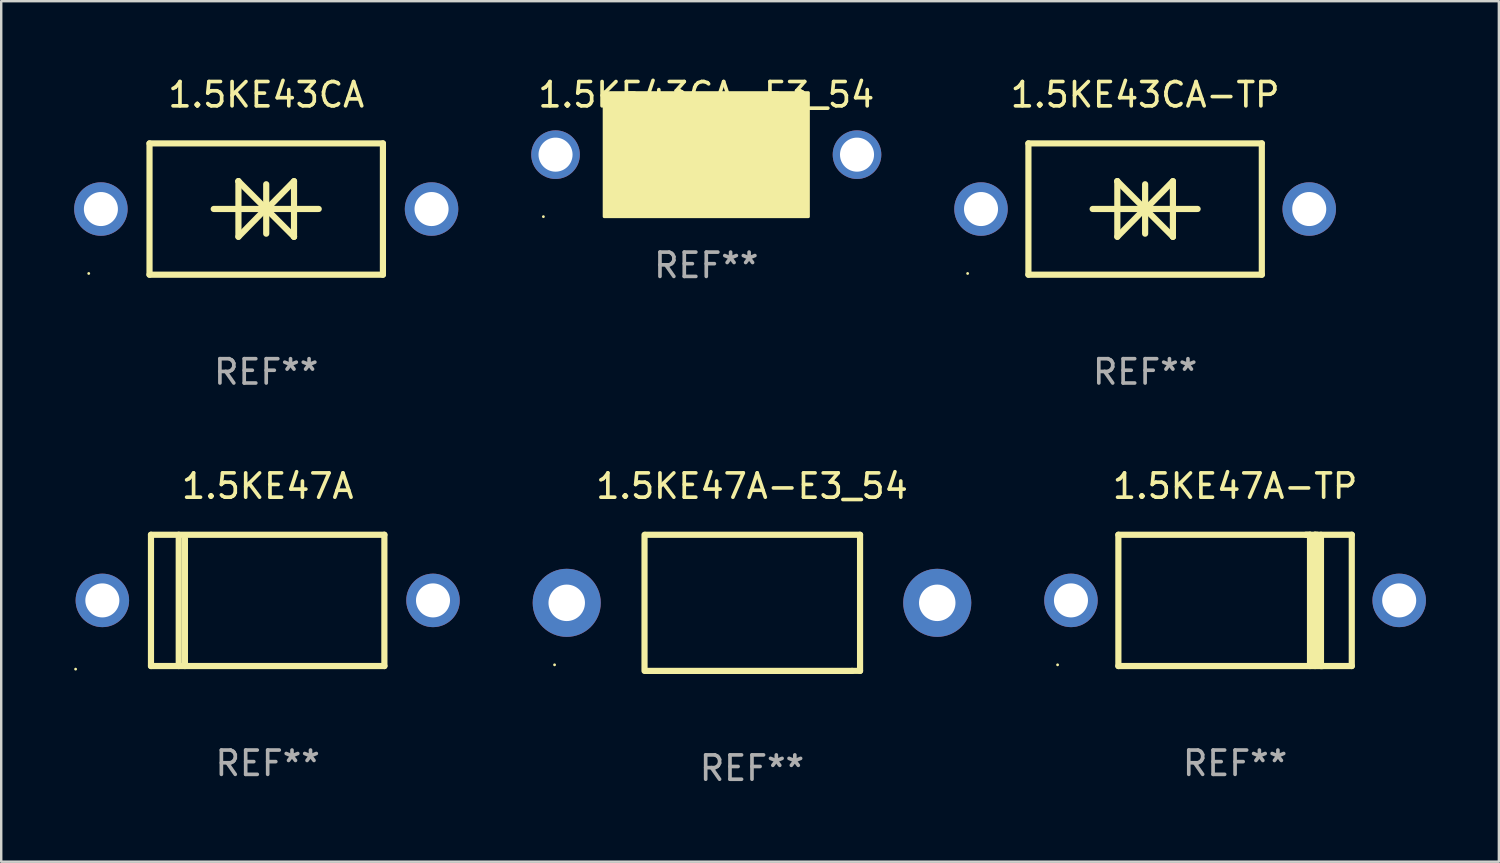
<source format=kicad_pcb>
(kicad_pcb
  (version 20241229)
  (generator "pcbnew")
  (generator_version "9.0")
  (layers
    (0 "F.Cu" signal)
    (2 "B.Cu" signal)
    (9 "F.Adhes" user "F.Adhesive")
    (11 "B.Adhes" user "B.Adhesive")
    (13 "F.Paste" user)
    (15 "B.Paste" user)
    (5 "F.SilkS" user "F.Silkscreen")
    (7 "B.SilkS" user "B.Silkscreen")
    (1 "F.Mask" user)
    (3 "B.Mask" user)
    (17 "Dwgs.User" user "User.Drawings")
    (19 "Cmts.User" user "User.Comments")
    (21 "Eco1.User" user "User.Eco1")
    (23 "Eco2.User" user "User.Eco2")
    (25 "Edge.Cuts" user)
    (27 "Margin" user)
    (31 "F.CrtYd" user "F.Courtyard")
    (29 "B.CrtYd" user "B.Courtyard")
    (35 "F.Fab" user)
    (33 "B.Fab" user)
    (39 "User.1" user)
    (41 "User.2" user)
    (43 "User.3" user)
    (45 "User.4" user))
  (footprint "1.5KE47A-TP"
    (layer "F.Cu")
    (at 47.75 21.645)
    (property "Reference" "1.5KE47A-TP" (at 0 -4.7 0) (layer "F.SilkS") (effects (font (size 1 1) (thickness 0.15))))
    (attr through_hole)
    (fp_line (start -4.8 -2.7) (end -4.8 2.7) (stroke (width 0.254) (type solid)) (layer "F.SilkS"))
    (fp_line (start -4.8 -2.7) (end 4.8 -2.7) (stroke (width 0.254) (type solid)) (layer "F.SilkS"))
    (fp_line (start 2.912 -2.7) (end 3.082 -2.7) (stroke (width 0.254) (type solid)) (layer "F.SilkS"))
    (fp_line (start 3.082 -2.7) (end 3.082 2.7) (stroke (width 0.254) (type solid)) (layer "F.SilkS"))
    (fp_line (start 3.289 -2.7) (end 3.289 2.7) (stroke (width 0.254) (type solid)) (layer "F.SilkS"))
    (fp_line (start 3.381 -2.7) (end 3.289 -2.7) (stroke (width 0.254) (type solid)) (layer "F.SilkS"))
    (fp_line (start 3.533 2.7) (end 3.533 -2.7) (stroke (width 0.254) (type solid)) (layer "F.SilkS"))
    (fp_line (start 3.599 2.7) (end 3.533 2.7) (stroke (width 0.254) (type solid)) (layer "F.SilkS"))
    (fp_line (start 4.8 -2.7) (end 4.8 2.7) (stroke (width 0.254) (type solid)) (layer "F.SilkS"))
    (fp_line (start 4.8 2.7) (end -4.8 2.7) (stroke (width 0.254) (type solid)) (layer "F.SilkS"))
    (fp_circle (center -7.3 2.65) (end -7.27 2.65) (stroke (width 0.06) (type solid)) (fill no) (layer "F.SilkS"))
    (fp_text user "REF**" (at 0 6.7 0) (layer "F.Fab") (effects (font (size 1 1) (thickness 0.15))))
    (pad "1" thru_hole circle (at -6.75 0) (size 2.2 2.2) (drill 1.4) (layers "*.Cu" "*.Mask"))
    (pad "2" thru_hole circle (at 6.75 0) (size 2.2 2.2) (drill 1.4) (layers "*.Cu" "*.Mask")))
  (footprint "1.5KE47A"
    (layer "F.Cu")
    (at 7.96 21.645)
    (property "Reference" "1.5KE47A" (at 0 -4.7 0) (layer "F.SilkS") (effects (font (size 1 1) (thickness 0.15))))
    (attr through_hole)
    (fp_line (start -4.8 -2.7) (end 4.8 -2.7) (stroke (width 0.254) (type solid)) (layer "F.SilkS"))
    (fp_line (start -4.8 2.7) (end -4.8 -2.7) (stroke (width 0.254) (type solid)) (layer "F.SilkS"))
    (fp_line (start -3.658 2.7) (end -3.658 -2.7) (stroke (width 0.254) (type solid)) (layer "F.SilkS"))
    (fp_line (start -3.404 2.7) (end -3.404 -2.54) (stroke (width 0.254) (type solid)) (layer "F.SilkS"))
    (fp_line (start 4.8 2.7) (end -4.8 2.7) (stroke (width 0.254) (type solid)) (layer "F.SilkS"))
    (fp_line (start 4.8 2.7) (end 4.8 -2.7) (stroke (width 0.254) (type solid)) (layer "F.SilkS"))
    (fp_circle (center -7.9 2.827) (end -7.87 2.827) (stroke (width 0.06) (type solid)) (fill no) (layer "F.SilkS"))
    (fp_text user "REF**" (at 0 6.7 0) (layer "F.Fab") (effects (font (size 1 1) (thickness 0.15))))
    (pad "1" thru_hole circle (at -6.8 0) (size 2.2 2.2) (drill 1.4) (layers "*.Cu" "*.Mask"))
    (pad "2" thru_hole circle (at 6.8 0) (size 2.2 2.2) (drill 1.4) (layers "*.Cu" "*.Mask")))
  (footprint "1.5KE43CA-E3_54"
    (layer "F.Cu")
    (at 26 3.356)
    (property "Reference" "1.5KE43CA-E3_54" (at 0 -2.508 0) (layer "F.SilkS") (effects (font (size 1 1) (thickness 0.15))))
    (attr through_hole)
    (fp_line (start -1.498 0) (end 0.534 0) (stroke (width 0.254) (type solid)) (layer "F.SilkS"))
    (fp_line (start -0.99 -0.508) (end -0.99 0.508) (stroke (width 0.254) (type solid)) (layer "F.SilkS"))
    (fp_line (start -0.99 0.508) (end 0.026 0) (stroke (width 0.254) (type solid)) (layer "F.SilkS"))
    (fp_line (start 0.026 -0.508) (end 0.026 0.508) (stroke (width 0.254) (type solid)) (layer "F.SilkS"))
    (fp_line (start 0.026 0) (end -0.99 -0.508) (stroke (width 0.254) (type solid)) (layer "F.SilkS"))
    (fp_line (start 0.026 0) (end 0.026 -0.508) (stroke (width 0.254) (type solid)) (layer "F.SilkS"))
    (fp_line (start 0.038 0) (end 0.038 0.508) (stroke (width 0.254) (type solid)) (layer "F.SilkS"))
    (fp_line (start 0.038 0) (end 1.054 0.508) (stroke (width 0.254) (type solid)) (layer "F.SilkS"))
    (fp_line (start 0.038 0.508) (end 0.038 -0.508) (stroke (width 0.254) (type solid)) (layer "F.SilkS"))
    (fp_line (start 1.054 -0.508) (end 0.038 0) (stroke (width 0.254) (type solid)) (layer "F.SilkS"))
    (fp_line (start 1.054 0.508) (end 1.054 -0.508) (stroke (width 0.254) (type solid)) (layer "F.SilkS"))
    (fp_line (start 1.562 0) (end -0.47 0) (stroke (width 0.254) (type solid)) (layer "F.SilkS"))
    (fp_circle (center -6.7 2.505) (end -6.67 2.505) (stroke (width 0.06) (type solid)) (fill no) (layer "F.SilkS"))
    (fp_poly (pts (xy -4.2 -2.595) (xy 4.2 -2.595) (xy 4.2 2.505) (xy -4.2 2.505)) (stroke (width 0.12) (type solid)) (fill yes) (layer "F.SilkS"))
    (fp_text user "REF**" (at 0 4.508 0) (layer "F.Fab") (effects (font (size 1 1) (thickness 0.15))))
    (pad "1" thru_hole circle (at -6.2 -0.045) (size 2 2) (drill 1.4) (layers "*.Cu" "*.Mask"))
    (pad "2" thru_hole circle (at 6.2 -0.045) (size 2 2) (drill 1.4) (layers "*.Cu" "*.Mask")))
  (footprint "1.5KE43CA-TP"
    (layer "F.Cu")
    (at 44.05 5.548)
    (property "Reference" "1.5KE43CA-TP" (at 0 -4.7 0) (layer "F.SilkS") (effects (font (size 1 1) (thickness 0.15))))
    (attr through_hole)
    (fp_line (start -4.8 -2.7) (end -4.8 2.7) (stroke (width 0.254) (type solid)) (layer "F.SilkS"))
    (fp_line (start -4.8 -2.7) (end 4.8 -2.7) (stroke (width 0.254) (type solid)) (layer "F.SilkS"))
    (fp_line (start -2.159 -0.003) (end 2.159 -0.003) (stroke (width 0.254) (type solid)) (layer "F.SilkS"))
    (fp_line (start -1.143 -1.146) (end -1.143 1.14) (stroke (width 0.254) (type solid)) (layer "F.SilkS"))
    (fp_line (start -1.143 -1.143) (end -1.143 -1.146) (stroke (width 0.254) (type solid)) (layer "F.SilkS"))
    (fp_line (start 0 -1.019) (end 0 1.013) (stroke (width 0.254) (type solid)) (layer "F.SilkS"))
    (fp_line (start 0 -0.026) (end -1.143 1.14) (stroke (width 0.254) (type solid)) (layer "F.SilkS"))
    (fp_line (start 0 -0.006) (end 1.143 1.137) (stroke (width 0.254) (type solid)) (layer "F.SilkS"))
    (fp_line (start 0 0) (end -1.143 -1.143) (stroke (width 0.254) (type solid)) (layer "F.SilkS"))
    (fp_line (start 0 0.02) (end 1.143 -1.146) (stroke (width 0.254) (type solid)) (layer "F.SilkS"))
    (fp_line (start 1.143 1.137) (end 1.143 1.14) (stroke (width 0.254) (type solid)) (layer "F.SilkS"))
    (fp_line (start 1.143 1.14) (end 1.143 -1.146) (stroke (width 0.254) (type solid)) (layer "F.SilkS"))
    (fp_line (start 4.8 -2.7) (end 4.8 2.7) (stroke (width 0.254) (type solid)) (layer "F.SilkS"))
    (fp_line (start 4.8 2.7) (end -4.8 2.7) (stroke (width 0.254) (type solid)) (layer "F.SilkS"))
    (fp_circle (center -7.3 2.65) (end -7.27 2.65) (stroke (width 0.06) (type solid)) (fill no) (layer "F.SilkS"))
    (fp_text user "REF**" (at 0 6.7 0) (layer "F.Fab") (effects (font (size 1 1) (thickness 0.15))))
    (pad "1" thru_hole circle (at -6.75 0) (size 2.2 2.2) (drill 1.4) (layers "*.Cu" "*.Mask"))
    (pad "2" thru_hole circle (at 6.75 0) (size 2.2 2.2) (drill 1.4) (layers "*.Cu" "*.Mask")))
  (footprint "1.5KE43CA"
    (layer "F.Cu")
    (at 7.9 5.548)
    (property "Reference" "1.5KE43CA" (at 0 -4.7 0) (layer "F.SilkS") (effects (font (size 1 1) (thickness 0.15))))
    (attr through_hole)
    (fp_line (start -4.8 -2.7) (end -4.8 2.7) (stroke (width 0.254) (type solid)) (layer "F.SilkS"))
    (fp_line (start -4.8 -2.7) (end 4.8 -2.7) (stroke (width 0.254) (type solid)) (layer "F.SilkS"))
    (fp_line (start -2.159 -0.003) (end 2.159 -0.003) (stroke (width 0.254) (type solid)) (layer "F.SilkS"))
    (fp_line (start -1.143 -1.146) (end -1.143 1.14) (stroke (width 0.254) (type solid)) (layer "F.SilkS"))
    (fp_line (start -1.143 -1.143) (end -1.143 -1.146) (stroke (width 0.254) (type solid)) (layer "F.SilkS"))
    (fp_line (start 0 -1.019) (end 0 1.013) (stroke (width 0.254) (type solid)) (layer "F.SilkS"))
    (fp_line (start 0 -0.026) (end -1.143 1.14) (stroke (width 0.254) (type solid)) (layer "F.SilkS"))
    (fp_line (start 0 -0.006) (end 1.143 1.137) (stroke (width 0.254) (type solid)) (layer "F.SilkS"))
    (fp_line (start 0 0) (end -1.143 -1.143) (stroke (width 0.254) (type solid)) (layer "F.SilkS"))
    (fp_line (start 0 0.02) (end 1.143 -1.146) (stroke (width 0.254) (type solid)) (layer "F.SilkS"))
    (fp_line (start 1.143 1.137) (end 1.143 1.14) (stroke (width 0.254) (type solid)) (layer "F.SilkS"))
    (fp_line (start 1.143 1.14) (end 1.143 -1.146) (stroke (width 0.254) (type solid)) (layer "F.SilkS"))
    (fp_line (start 4.8 -2.7) (end 4.8 2.7) (stroke (width 0.254) (type solid)) (layer "F.SilkS"))
    (fp_line (start 4.8 2.7) (end -4.8 2.7) (stroke (width 0.254) (type solid)) (layer "F.SilkS"))
    (fp_circle (center -7.3 2.65) (end -7.27 2.65) (stroke (width 0.06) (type solid)) (fill no) (layer "F.SilkS"))
    (fp_text user "REF**" (at 0 6.7 0) (layer "F.Fab") (effects (font (size 1 1) (thickness 0.15))))
    (pad "1" thru_hole circle (at -6.8 0) (size 2.2 2.2) (drill 1.4) (layers "*.Cu" "*.Mask"))
    (pad "2" thru_hole circle (at 6.8 0) (size 2.2 2.2) (drill 1.4) (layers "*.Cu" "*.Mask")))
  (footprint "1.5KE47A-E3_54"
    (layer "F.Cu")
    (at 27.88 21.745)
    (property "Reference" "1.5KE47A-E3_54" (at 0 -4.8 0) (layer "F.SilkS") (effects (font (size 1 1) (thickness 0.15))))
    (attr through_hole)
    (fp_line (start -4.42 2.8) (end -4.42 -2.8) (stroke (width 0.254) (type solid)) (layer "F.SilkS"))
    (fp_line (start -4.379 -2.799) (end 4.445 -2.799) (stroke (width 0.254) (type solid)) (layer "F.SilkS"))
    (fp_line (start 4.12 2.8) (end -4.38 2.8) (stroke (width 0.254) (type solid)) (layer "F.SilkS"))
    (fp_line (start 4.445 -2.799) (end 4.445 2.799) (stroke (width 0.254) (type solid)) (layer "F.SilkS"))
    (fp_line (start 4.445 2.799) (end 4.12 2.799) (stroke (width 0.254) (type solid)) (layer "F.SilkS"))
    (fp_circle (center -8.12 2.55) (end -8.09 2.55) (stroke (width 0.06) (type solid)) (fill no) (layer "F.SilkS"))
    (fp_text user "REF**" (at 0 6.8 0) (layer "F.Fab") (effects (font (size 1 1) (thickness 0.15))))
    (pad "1" thru_hole circle (at -7.62 0) (size 2.8 2.8) (drill 1.5) (layers "*.Cu" "*.Mask"))
    (pad "2" thru_hole circle (at 7.62 0) (size 2.8 2.8) (drill 1.5) (layers "*.Cu" "*.Mask")))
  (gr_rect
    (start -3 -3)
    (end 58.6 32.393)
    (stroke (width 0.1) (type default))
    (fill no)
    (layer "Edge.Cuts")))
</source>
